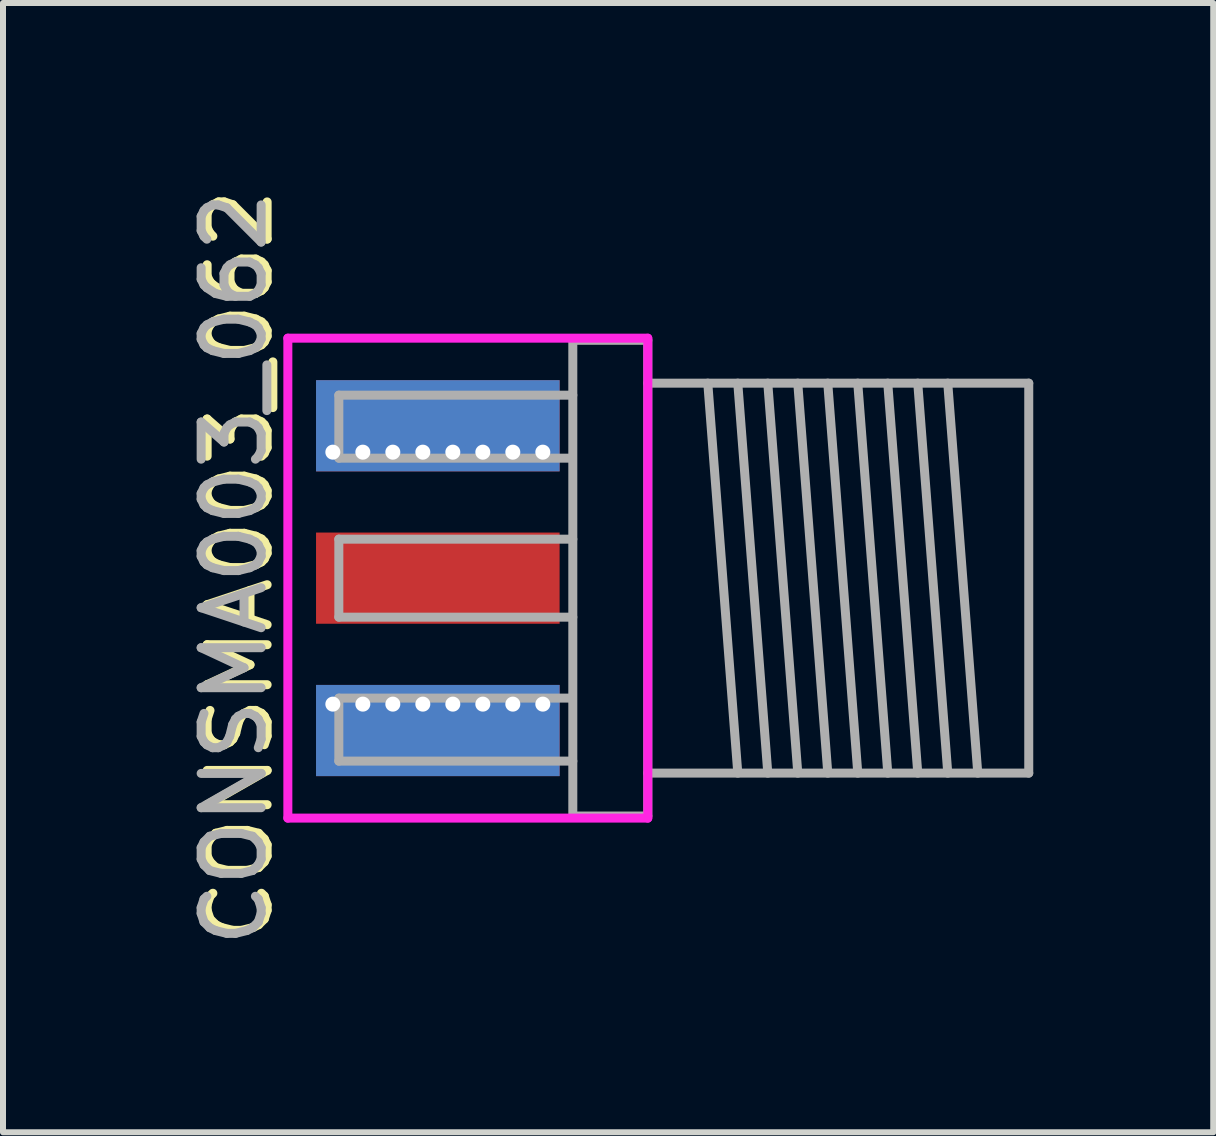
<source format=kicad_pcb>
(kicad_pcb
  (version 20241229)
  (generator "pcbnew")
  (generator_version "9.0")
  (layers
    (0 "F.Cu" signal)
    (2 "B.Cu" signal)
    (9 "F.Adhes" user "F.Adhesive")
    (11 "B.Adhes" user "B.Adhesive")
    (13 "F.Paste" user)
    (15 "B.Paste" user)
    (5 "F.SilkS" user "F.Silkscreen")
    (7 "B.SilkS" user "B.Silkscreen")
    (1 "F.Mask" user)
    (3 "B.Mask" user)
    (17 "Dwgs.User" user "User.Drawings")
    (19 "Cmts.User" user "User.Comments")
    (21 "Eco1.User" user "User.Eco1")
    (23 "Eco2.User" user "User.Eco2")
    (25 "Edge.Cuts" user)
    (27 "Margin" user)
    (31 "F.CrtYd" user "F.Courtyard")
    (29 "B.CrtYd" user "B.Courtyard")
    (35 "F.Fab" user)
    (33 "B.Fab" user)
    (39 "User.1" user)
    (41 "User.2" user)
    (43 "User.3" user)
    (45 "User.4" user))
  (footprint "CONSMA003_062"
    (layer "F.Cu")
    (at 4.248 6.587)
    (property "Reference" "CONSMA003_062" (at -3.3 -0.2 90) (layer "F.SilkS") (effects (font (size 1 1) (thickness 0.15))))
    (attr smd)
    (fp_line (start -2.5 -4) (end 3.5 -4) (stroke (width 0.15) (type solid)) (layer "F.CrtYd"))
    (fp_line (start -2.5 4) (end -2.5 -4) (stroke (width 0.15) (type solid)) (layer "F.CrtYd"))
    (fp_line (start 3.5 -4) (end 3.5 4) (stroke (width 0.15) (type solid)) (layer "F.CrtYd"))
    (fp_line (start 3.5 4) (end -2.5 4) (stroke (width 0.15) (type solid)) (layer "F.CrtYd"))
    (fp_line (start -1.65 -3.05) (end -1.65 -2) (stroke (width 0.15) (type solid)) (layer "F.Fab"))
    (fp_line (start -1.65 -0.65) (end -1.65 0.65) (stroke (width 0.15) (type solid)) (layer "F.Fab"))
    (fp_line (start -1.65 -0.65) (end 2.25 -0.65) (stroke (width 0.15) (type solid)) (layer "F.Fab"))
    (fp_line (start -1.65 0.65) (end 2.25 0.65) (stroke (width 0.15) (type solid)) (layer "F.Fab"))
    (fp_line (start -1.65 2) (end -1.65 3.05) (stroke (width 0.15) (type solid)) (layer "F.Fab"))
    (fp_line (start 2.2 -2) (end -1.65 -2) (stroke (width 0.15) (type solid)) (layer "F.Fab"))
    (fp_line (start 2.2 2) (end -1.65 2) (stroke (width 0.15) (type solid)) (layer "F.Fab"))
    (fp_line (start 2.25 -3.965) (end 2.25 3.965) (stroke (width 0.15) (type solid)) (layer "F.Fab"))
    (fp_line (start 2.25 -3.965) (end 3.5 -3.965) (stroke (width 0.15) (type solid)) (layer "F.Fab"))
    (fp_line (start 2.25 -3.05) (end -1.65 -3.05) (stroke (width 0.15) (type solid)) (layer "F.Fab"))
    (fp_line (start 2.25 3.05) (end -1.65 3.05) (stroke (width 0.15) (type solid)) (layer "F.Fab"))
    (fp_line (start 3.5 -3.965) (end 3.5 3.965) (stroke (width 0.15) (type solid)) (layer "F.Fab"))
    (fp_line (start 3.5 3.965) (end 2.25 3.965) (stroke (width 0.15) (type solid)) (layer "F.Fab"))
    (fp_line (start 5 3.25) (end 4.5 -3.25) (stroke (width 0.15) (type solid)) (layer "F.Fab"))
    (fp_line (start 5.5 3.25) (end 5 -3.25) (stroke (width 0.15) (type solid)) (layer "F.Fab"))
    (fp_line (start 6 3.25) (end 5.5 -3.25) (stroke (width 0.15) (type solid)) (layer "F.Fab"))
    (fp_line (start 6.5 3.25) (end 6 -3.25) (stroke (width 0.15) (type solid)) (layer "F.Fab"))
    (fp_line (start 7 3.25) (end 6.5 -3.25) (stroke (width 0.15) (type solid)) (layer "F.Fab"))
    (fp_line (start 7.5 3.25) (end 7 -3.25) (stroke (width 0.15) (type solid)) (layer "F.Fab"))
    (fp_line (start 8 3.25) (end 7.5 -3.25) (stroke (width 0.15) (type solid)) (layer "F.Fab"))
    (fp_line (start 8.5 3.25) (end 8 -3.25) (stroke (width 0.15) (type solid)) (layer "F.Fab"))
    (fp_line (start 9 3.25) (end 8.5 -3.25) (stroke (width 0.15) (type solid)) (layer "F.Fab"))
    (fp_line (start 9.85 -3.25) (end 3.5 -3.25) (stroke (width 0.15) (type solid)) (layer "F.Fab"))
    (fp_line (start 9.85 -3.25) (end 9.85 3.25) (stroke (width 0.15) (type solid)) (layer "F.Fab"))
    (fp_line (start 9.85 3.25) (end 3.5 3.25) (stroke (width 0.15) (type solid)) (layer "F.Fab"))
    (fp_text user "${REFERENCE}" (at -3.4 -0.15 90) (layer "F.Fab") (effects (font (size 1 1) (thickness 0.15))))
    (pad "1" smd rect (at 0 0) (size 4.06 1.52) (layers "F.Cu" "F.Mask"))
    (pad "2" thru_hole circle (at -1.75 -2.1) (size 0.5 0.5) (drill 0.25) (layers "*.Cu" "*.Mask"))
    (pad "2" thru_hole circle (at -1.75 2.1) (size 0.5 0.5) (drill 0.25) (layers "*.Cu" "*.Mask"))
    (pad "2" thru_hole circle (at -1.25 -2.1) (size 0.5 0.5) (drill 0.25) (layers "*.Cu" "*.Mask"))
    (pad "2" thru_hole circle (at -1.25 2.1) (size 0.5 0.5) (drill 0.25) (layers "*.Cu" "*.Mask"))
    (pad "2" thru_hole circle (at -0.75 -2.1) (size 0.5 0.5) (drill 0.25) (layers "*.Cu" "*.Mask"))
    (pad "2" thru_hole circle (at -0.75 2.1) (size 0.5 0.5) (drill 0.25) (layers "*.Cu" "*.Mask"))
    (pad "2" thru_hole circle (at -0.25 -2.1) (size 0.5 0.5) (drill 0.25) (layers "*.Cu" "*.Mask"))
    (pad "2" thru_hole circle (at -0.25 2.1) (size 0.5 0.5) (drill 0.25) (layers "*.Cu" "*.Mask"))
    (pad "2" smd rect (at 0 -2.54) (size 4.06 1.52) (layers "F.Cu" "F.Mask"))
    (pad "2" smd rect (at 0 -2.54) (size 4.06 1.52) (layers "B.Cu" "B.Mask"))
    (pad "2" smd rect (at 0 2.54) (size 4.06 1.52) (layers "F.Cu" "F.Mask"))
    (pad "2" smd rect (at 0 2.54) (size 4.06 1.52) (layers "B.Cu" "B.Mask"))
    (pad "2" thru_hole circle (at 0.25 -2.1) (size 0.5 0.5) (drill 0.25) (layers "*.Cu" "*.Mask"))
    (pad "2" thru_hole circle (at 0.25 2.1) (size 0.5 0.5) (drill 0.25) (layers "*.Cu" "*.Mask"))
    (pad "2" thru_hole circle (at 0.75 -2.1) (size 0.5 0.5) (drill 0.25) (layers "*.Cu" "*.Mask"))
    (pad "2" thru_hole circle (at 0.75 2.1) (size 0.5 0.5) (drill 0.25) (layers "*.Cu" "*.Mask"))
    (pad "2" thru_hole circle (at 1.25 -2.1) (size 0.5 0.5) (drill 0.25) (layers "*.Cu" "*.Mask"))
    (pad "2" thru_hole circle (at 1.25 2.1) (size 0.5 0.5) (drill 0.25) (layers "*.Cu" "*.Mask"))
    (pad "2" thru_hole circle (at 1.75 -2.1) (size 0.5 0.5) (drill 0.25) (layers "*.Cu" "*.Mask"))
    (pad "2" thru_hole circle (at 1.75 2.1) (size 0.5 0.5) (drill 0.25) (layers "*.Cu" "*.Mask")))
  (gr_rect
    (start -3 -3)
    (end 17.173 15.824)
    (stroke (width 0.1) (type default))
    (fill no)
    (layer "Edge.Cuts")))
</source>
